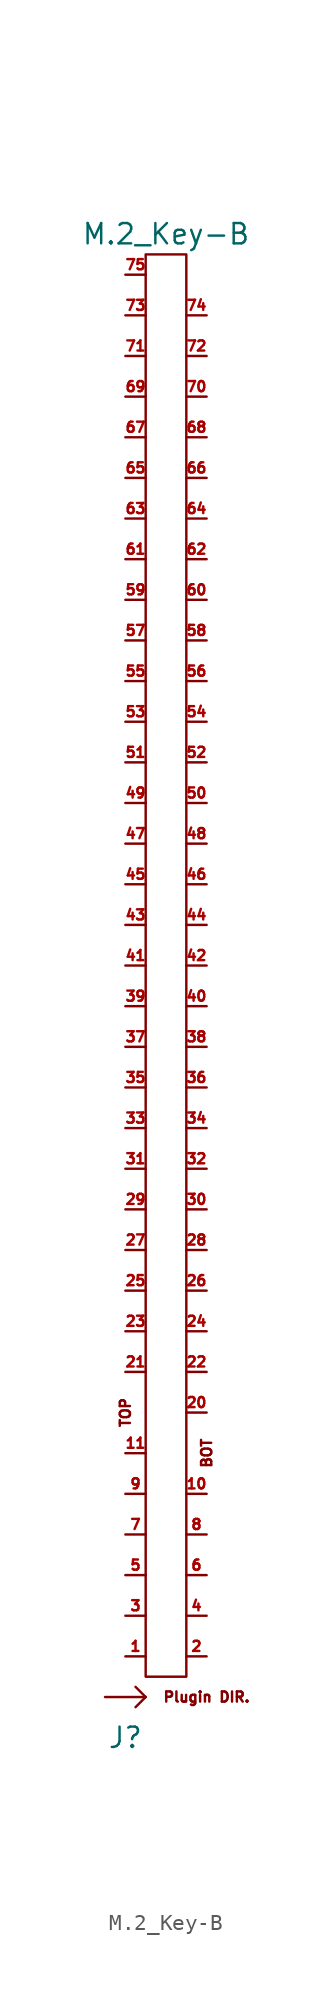
<source format=kicad_sym>
(kicad_symbol_lib
  (version 20211014)
  (generator kicad_symbol_editor)
  (symbol "M.2_Key-B"
    (property "Reference" "J"
      (at -2.54 -53.34 0)
      (effects (font (size 1.27 1.27))))
    (property "Value" "M.2_Key-B"
      (at 0 40.64 0)
      (effects (font (size 1.27 1.27))))
    (symbol "M.2_Key-B_0_0"
      (text "BOT" (at 2.54 -35.56 900) (effects (font (size 0.635 0.635))))
      (text "Plugin DIR." (at 2.54 -50.8 0) (effects (font (size 0.635 0.635))))
      (text "TOP" (at -2.54 -33.02 900) (effects (font (size 0.635 0.635))))
      (pin passive line (at -2.54 -48.26 0) (length 1.27) (name "" (effects (font (size 0.635 0.635)))) (number "1" (effects (font (size 0.635 0.635)))))
      (pin passive line (at 2.54 -38.1 180) (length 1.27) (name "" (effects (font (size 0.635 0.635)))) (number "10" (effects (font (size 0.635 0.635)))))
      (pin passive line (at -2.54 -35.56 0) (length 1.27) (name "" (effects (font (size 0.635 0.635)))) (number "11" (effects (font (size 0.635 0.635)))))
      (pin passive line (at 2.54 -48.26 180) (length 1.27) (name "" (effects (font (size 0.635 0.635)))) (number "2" (effects (font (size 0.635 0.635)))))
      (pin passive line (at 2.54 -33.02 180) (length 1.27) (name "" (effects (font (size 0.635 0.635)))) (number "20" (effects (font (size 0.635 0.635)))))
      (pin passive line (at -2.54 -30.48 0) (length 1.27) (name "" (effects (font (size 0.635 0.635)))) (number "21" (effects (font (size 0.635 0.635)))))
      (pin passive line (at 2.54 -30.48 180) (length 1.27) (name "" (effects (font (size 0.635 0.635)))) (number "22" (effects (font (size 0.635 0.635)))))
      (pin passive line (at -2.54 -27.94 0) (length 1.27) (name "" (effects (font (size 0.635 0.635)))) (number "23" (effects (font (size 0.635 0.635)))))
      (pin passive line (at 2.54 -27.94 180) (length 1.27) (name "" (effects (font (size 0.635 0.635)))) (number "24" (effects (font (size 0.635 0.635)))))
      (pin passive line (at -2.54 -25.4 0) (length 1.27) (name "" (effects (font (size 0.635 0.635)))) (number "25" (effects (font (size 0.635 0.635)))))
      (pin passive line (at 2.54 -25.4 180) (length 1.27) (name "" (effects (font (size 0.635 0.635)))) (number "26" (effects (font (size 0.635 0.635)))))
      (pin passive line (at -2.54 -22.86 0) (length 1.27) (name "" (effects (font (size 0.635 0.635)))) (number "27" (effects (font (size 0.635 0.635)))))
      (pin passive line (at 2.54 -22.86 180) (length 1.27) (name "" (effects (font (size 0.635 0.635)))) (number "28" (effects (font (size 0.635 0.635)))))
      (pin passive line (at -2.54 -20.32 0) (length 1.27) (name "" (effects (font (size 0.635 0.635)))) (number "29" (effects (font (size 0.635 0.635)))))
      (pin passive line (at -2.54 -45.72 0) (length 1.27) (name "" (effects (font (size 0.635 0.635)))) (number "3" (effects (font (size 0.635 0.635)))))
      (pin passive line (at 2.54 -20.32 180) (length 1.27) (name "" (effects (font (size 0.635 0.635)))) (number "30" (effects (font (size 0.635 0.635)))))
      (pin passive line (at -2.54 -17.78 0) (length 1.27) (name "" (effects (font (size 0.635 0.635)))) (number "31" (effects (font (size 0.635 0.635)))))
      (pin passive line (at 2.54 -17.78 180) (length 1.27) (name "" (effects (font (size 0.635 0.635)))) (number "32" (effects (font (size 0.635 0.635)))))
      (pin passive line (at -2.54 -15.24 0) (length 1.27) (name "" (effects (font (size 0.635 0.635)))) (number "33" (effects (font (size 0.635 0.635)))))
      (pin passive line (at 2.54 -15.24 180) (length 1.27) (name "" (effects (font (size 0.635 0.635)))) (number "34" (effects (font (size 0.635 0.635)))))
      (pin passive line (at -2.54 -12.7 0) (length 1.27) (name "" (effects (font (size 0.635 0.635)))) (number "35" (effects (font (size 0.635 0.635)))))
      (pin passive line (at 2.54 -12.7 180) (length 1.27) (name "" (effects (font (size 0.635 0.635)))) (number "36" (effects (font (size 0.635 0.635)))))
      (pin passive line (at -2.54 -10.16 0) (length 1.27) (name "" (effects (font (size 0.635 0.635)))) (number "37" (effects (font (size 0.635 0.635)))))
      (pin passive line (at 2.54 -10.16 180) (length 1.27) (name "" (effects (font (size 0.635 0.635)))) (number "38" (effects (font (size 0.635 0.635)))))
      (pin passive line (at -2.54 -7.62 0) (length 1.27) (name "" (effects (font (size 0.635 0.635)))) (number "39" (effects (font (size 0.635 0.635)))))
      (pin passive line (at 2.54 -45.72 180) (length 1.27) (name "" (effects (font (size 0.635 0.635)))) (number "4" (effects (font (size 0.635 0.635)))))
      (pin passive line (at 2.54 -7.62 180) (length 1.27) (name "" (effects (font (size 0.635 0.635)))) (number "40" (effects (font (size 0.635 0.635)))))
      (pin passive line (at -2.54 -5.08 0) (length 1.27) (name "" (effects (font (size 0.635 0.635)))) (number "41" (effects (font (size 0.635 0.635)))))
      (pin passive line (at 2.54 -5.08 180) (length 1.27) (name "" (effects (font (size 0.635 0.635)))) (number "42" (effects (font (size 0.635 0.635)))))
      (pin passive line (at -2.54 -2.54 0) (length 1.27) (name "" (effects (font (size 0.635 0.635)))) (number "43" (effects (font (size 0.635 0.635)))))
      (pin passive line (at 2.54 -2.54 180) (length 1.27) (name "" (effects (font (size 0.635 0.635)))) (number "44" (effects (font (size 0.635 0.635)))))
      (pin passive line (at -2.54 0 0) (length 1.27) (name "" (effects (font (size 0.635 0.635)))) (number "45" (effects (font (size 0.635 0.635)))))
      (pin passive line (at 2.54 0 180) (length 1.27) (name "" (effects (font (size 0.635 0.635)))) (number "46" (effects (font (size 0.635 0.635)))))
      (pin passive line (at -2.54 2.54 0) (length 1.27) (name "" (effects (font (size 0.635 0.635)))) (number "47" (effects (font (size 0.635 0.635)))))
      (pin passive line (at 2.54 2.54 180) (length 1.27) (name "" (effects (font (size 0.635 0.635)))) (number "48" (effects (font (size 0.635 0.635)))))
      (pin passive line (at -2.54 5.08 0) (length 1.27) (name "" (effects (font (size 0.635 0.635)))) (number "49" (effects (font (size 0.635 0.635)))))
      (pin passive line (at -2.54 -43.18 0) (length 1.27) (name "" (effects (font (size 0.635 0.635)))) (number "5" (effects (font (size 0.635 0.635)))))
      (pin passive line (at 2.54 5.08 180) (length 1.27) (name "" (effects (font (size 0.635 0.635)))) (number "50" (effects (font (size 0.635 0.635)))))
      (pin passive line (at -2.54 7.62 0) (length 1.27) (name "" (effects (font (size 0.635 0.635)))) (number "51" (effects (font (size 0.635 0.635)))))
      (pin passive line (at 2.54 7.62 180) (length 1.27) (name "" (effects (font (size 0.635 0.635)))) (number "52" (effects (font (size 0.635 0.635)))))
      (pin passive line (at -2.54 10.16 0) (length 1.27) (name "" (effects (font (size 0.635 0.635)))) (number "53" (effects (font (size 0.635 0.635)))))
      (pin passive line (at 2.54 10.16 180) (length 1.27) (name "" (effects (font (size 0.635 0.635)))) (number "54" (effects (font (size 0.635 0.635)))))
      (pin passive line (at -2.54 12.7 0) (length 1.27) (name "" (effects (font (size 0.635 0.635)))) (number "55" (effects (font (size 0.635 0.635)))))
      (pin passive line (at 2.54 12.7 180) (length 1.27) (name "" (effects (font (size 0.635 0.635)))) (number "56" (effects (font (size 0.635 0.635)))))
      (pin passive line (at -2.54 15.24 0) (length 1.27) (name "" (effects (font (size 0.635 0.635)))) (number "57" (effects (font (size 0.635 0.635)))))
      (pin passive line (at 2.54 15.24 180) (length 1.27) (name "" (effects (font (size 0.635 0.635)))) (number "58" (effects (font (size 0.635 0.635)))))
      (pin passive line (at -2.54 17.78 0) (length 1.27) (name "" (effects (font (size 0.635 0.635)))) (number "59" (effects (font (size 0.635 0.635)))))
      (pin passive line (at 2.54 -43.18 180) (length 1.27) (name "" (effects (font (size 0.635 0.635)))) (number "6" (effects (font (size 0.635 0.635)))))
      (pin passive line (at 2.54 17.78 180) (length 1.27) (name "" (effects (font (size 0.635 0.635)))) (number "60" (effects (font (size 0.635 0.635)))))
      (pin passive line (at -2.54 20.32 0) (length 1.27) (name "" (effects (font (size 0.635 0.635)))) (number "61" (effects (font (size 0.635 0.635)))))
      (pin passive line (at 2.54 20.32 180) (length 1.27) (name "" (effects (font (size 0.635 0.635)))) (number "62" (effects (font (size 0.635 0.635)))))
      (pin passive line (at -2.54 22.86 0) (length 1.27) (name "" (effects (font (size 0.635 0.635)))) (number "63" (effects (font (size 0.635 0.635)))))
      (pin passive line (at 2.54 22.86 180) (length 1.27) (name "" (effects (font (size 0.635 0.635)))) (number "64" (effects (font (size 0.635 0.635)))))
      (pin passive line (at -2.54 25.4 0) (length 1.27) (name "" (effects (font (size 0.635 0.635)))) (number "65" (effects (font (size 0.635 0.635)))))
      (pin passive line (at 2.54 25.4 180) (length 1.27) (name "" (effects (font (size 0.635 0.635)))) (number "66" (effects (font (size 0.635 0.635)))))
      (pin passive line (at -2.54 27.94 0) (length 1.27) (name "" (effects (font (size 0.635 0.635)))) (number "67" (effects (font (size 0.635 0.635)))))
      (pin passive line (at 2.54 27.94 180) (length 1.27) (name "" (effects (font (size 0.635 0.635)))) (number "68" (effects (font (size 0.635 0.635)))))
      (pin passive line (at -2.54 30.48 0) (length 1.27) (name "" (effects (font (size 0.635 0.635)))) (number "69" (effects (font (size 0.635 0.635)))))
      (pin passive line (at -2.54 -40.64 0) (length 1.27) (name "" (effects (font (size 0.635 0.635)))) (number "7" (effects (font (size 0.635 0.635)))))
      (pin passive line (at 2.54 30.48 180) (length 1.27) (name "" (effects (font (size 0.635 0.635)))) (number "70" (effects (font (size 0.635 0.635)))))
      (pin passive line (at -2.54 33.02 0) (length 1.27) (name "" (effects (font (size 0.635 0.635)))) (number "71" (effects (font (size 0.635 0.635)))))
      (pin passive line (at 2.54 33.02 180) (length 1.27) (name "" (effects (font (size 0.635 0.635)))) (number "72" (effects (font (size 0.635 0.635)))))
      (pin passive line (at -2.54 35.56 0) (length 1.27) (name "" (effects (font (size 0.635 0.635)))) (number "73" (effects (font (size 0.635 0.635)))))
      (pin passive line (at 2.54 35.56 180) (length 1.27) (name "" (effects (font (size 0.635 0.635)))) (number "74" (effects (font (size 0.635 0.635)))))
      (pin passive line (at -2.54 38.1 0) (length 1.27) (name "" (effects (font (size 0.635 0.635)))) (number "75" (effects (font (size 0.635 0.635)))))
      (pin passive line (at 2.54 -40.64 180) (length 1.27) (name "" (effects (font (size 0.635 0.635)))) (number "8" (effects (font (size 0.635 0.635)))))
      (pin passive line (at -2.54 -38.1 0) (length 1.27) (name "" (effects (font (size 0.635 0.635)))) (number "9" (effects (font (size 0.635 0.635))))))
    (symbol "M.2_Key-B_0_1"
      (rectangle (start -1.27 39.37) (end 1.27 -49.53) (stroke (width 0) (type default) (color 0 0 0 0)) (fill (type none)))
      (polyline (pts (xy -3.81 -50.8) (xy -1.27 -50.8)) (stroke (width 0) (type default) (color 0 0 0 0)) (fill (type none)))
      (polyline (pts (xy -1.27 -50.8) (xy -1.905 -51.435)) (stroke (width 0) (type default) (color 0 0 0 0)) (fill (type none)))
      (polyline (pts (xy -1.27 -50.8) (xy -1.905 -50.165)) (stroke (width 0) (type default) (color 0 0 0 0)) (fill (type none))))))
</source>
